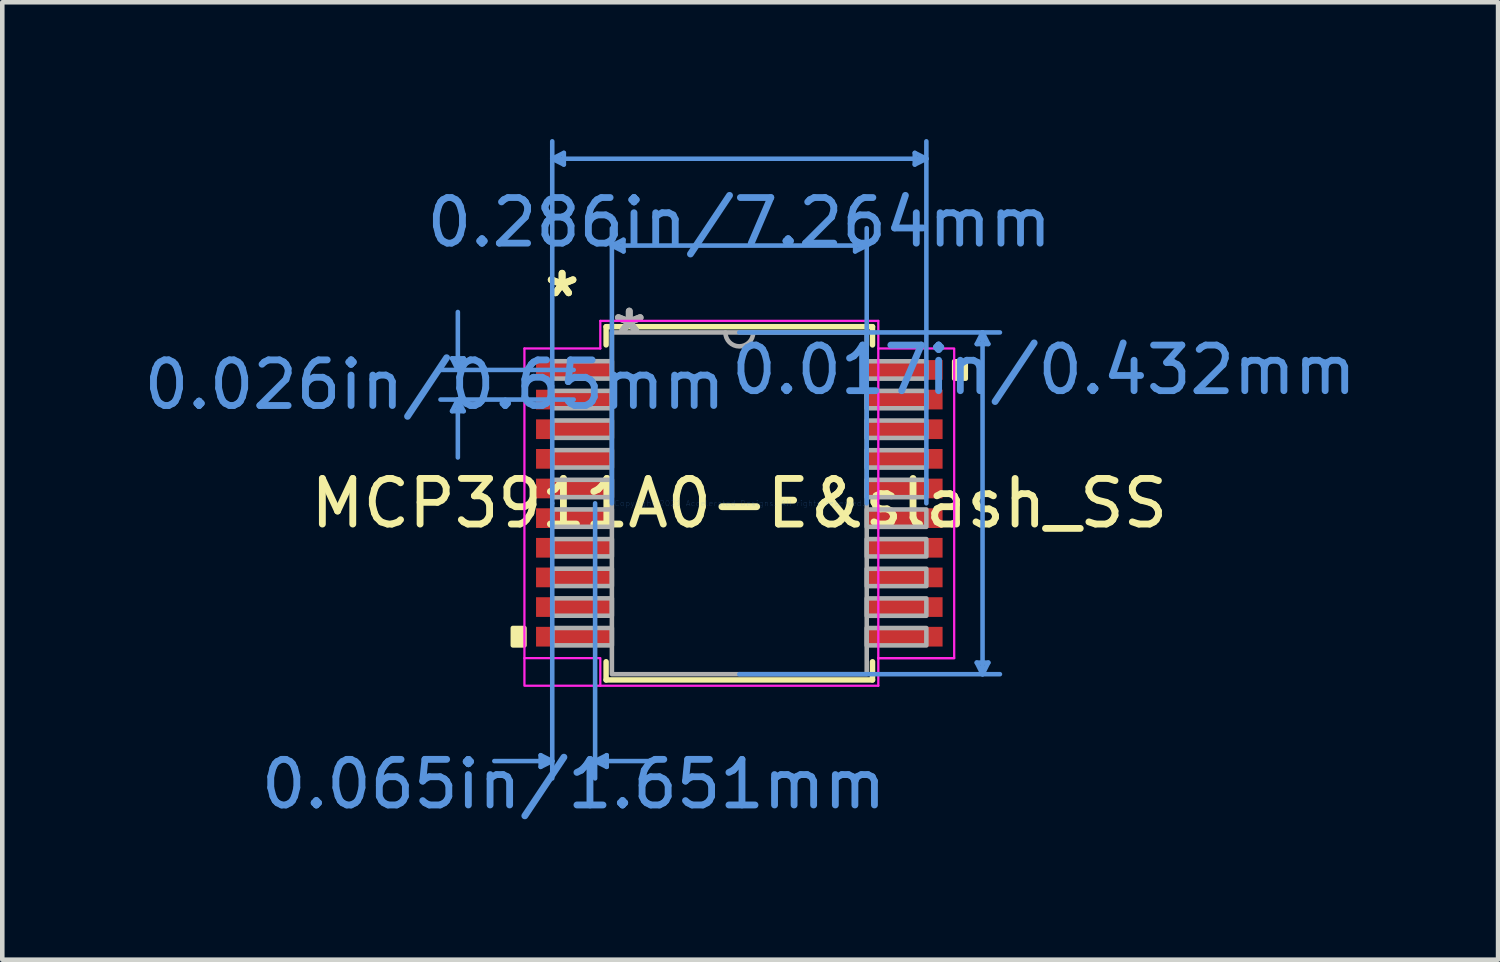
<source format=kicad_pcb>
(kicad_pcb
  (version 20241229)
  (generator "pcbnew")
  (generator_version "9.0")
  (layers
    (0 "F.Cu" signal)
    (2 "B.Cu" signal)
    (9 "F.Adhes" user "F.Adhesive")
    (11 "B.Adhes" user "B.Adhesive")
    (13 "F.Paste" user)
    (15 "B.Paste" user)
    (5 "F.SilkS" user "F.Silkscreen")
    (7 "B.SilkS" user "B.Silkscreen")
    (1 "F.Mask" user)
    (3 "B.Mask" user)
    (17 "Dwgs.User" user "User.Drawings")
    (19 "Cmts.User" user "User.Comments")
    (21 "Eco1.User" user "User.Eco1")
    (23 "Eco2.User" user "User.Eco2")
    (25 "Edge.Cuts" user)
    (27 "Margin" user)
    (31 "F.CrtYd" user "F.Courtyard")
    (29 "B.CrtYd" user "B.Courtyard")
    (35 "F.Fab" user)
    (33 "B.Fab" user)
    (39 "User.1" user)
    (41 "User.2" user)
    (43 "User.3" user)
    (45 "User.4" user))
  (footprint "MCP3911A0-E&slash_SS"
    (layer "F.Cu")
    (at 13.162 7.987)
    (property "Reference" "MCP3911A0-E&slash_SS" (at 0 0 0) (layer "F.SilkS") (effects (font (size 1 1) (thickness 0.15))))
    (attr through_hole)
    (fp_line (start -2.921 -3.873) (end -2.921 -3.474) (stroke (width 0.12) (type solid)) (layer "F.SilkS"))
    (fp_line (start -2.921 3.474) (end -2.921 3.873) (stroke (width 0.12) (type solid)) (layer "F.SilkS"))
    (fp_line (start -2.921 3.873) (end 2.921 3.873) (stroke (width 0.12) (type solid)) (layer "F.SilkS"))
    (fp_line (start 2.921 -3.873) (end -2.921 -3.873) (stroke (width 0.12) (type solid)) (layer "F.SilkS"))
    (fp_line (start 2.921 -3.474) (end 2.921 -3.873) (stroke (width 0.12) (type solid)) (layer "F.SilkS"))
    (fp_line (start 2.921 3.873) (end 2.921 3.474) (stroke (width 0.12) (type solid)) (layer "F.SilkS"))
    (fp_poly (pts (xy -4.966 2.734) (xy -4.966 3.115) (xy -4.712 3.115) (xy -4.712 2.734)) (stroke (width 0.1) (type solid)) (fill yes) (layer "F.SilkS"))
    (fp_poly (pts (xy 4.966 -3.115) (xy 4.966 -2.734) (xy 4.712 -2.734) (xy 4.712 -3.115)) (stroke (width 0.1) (type solid)) (fill yes) (layer "F.SilkS"))
    (fp_line (start -6.299 -3.179) (end -6.045 -3.179) (stroke (width 0.1) (type solid)) (layer "Cmts.User"))
    (fp_line (start -6.299 -2.021) (end -6.045 -2.021) (stroke (width 0.1) (type solid)) (layer "Cmts.User"))
    (fp_line (start -6.172 -2.925) (end -6.299 -3.179) (stroke (width 0.1) (type solid)) (layer "Cmts.User"))
    (fp_line (start -6.172 -2.925) (end -6.172 -4.195) (stroke (width 0.1) (type solid)) (layer "Cmts.User"))
    (fp_line (start -6.172 -2.925) (end -6.045 -3.179) (stroke (width 0.1) (type solid)) (layer "Cmts.User"))
    (fp_line (start -6.172 -2.275) (end -6.299 -2.021) (stroke (width 0.1) (type solid)) (layer "Cmts.User"))
    (fp_line (start -6.172 -2.275) (end -6.172 -1.005) (stroke (width 0.1) (type solid)) (layer "Cmts.User"))
    (fp_line (start -6.172 -2.275) (end -6.045 -2.021) (stroke (width 0.1) (type solid)) (layer "Cmts.User"))
    (fp_line (start -4.356 5.524) (end -4.356 5.779) (stroke (width 0.1) (type solid)) (layer "Cmts.User"))
    (fp_line (start -4.102 -7.556) (end -3.848 -7.684) (stroke (width 0.1) (type solid)) (layer "Cmts.User"))
    (fp_line (start -4.102 -7.556) (end -3.848 -7.429) (stroke (width 0.1) (type solid)) (layer "Cmts.User"))
    (fp_line (start -4.102 -7.556) (end 4.102 -7.556) (stroke (width 0.1) (type solid)) (layer "Cmts.User"))
    (fp_line (start -4.102 0) (end -4.102 -7.938) (stroke (width 0.1) (type solid)) (layer "Cmts.User"))
    (fp_line (start -4.102 0) (end -4.102 6.032) (stroke (width 0.1) (type solid)) (layer "Cmts.User"))
    (fp_line (start -4.102 5.652) (end -5.372 5.652) (stroke (width 0.1) (type solid)) (layer "Cmts.User"))
    (fp_line (start -4.102 5.652) (end -4.356 5.524) (stroke (width 0.1) (type solid)) (layer "Cmts.User"))
    (fp_line (start -4.102 5.652) (end -4.356 5.779) (stroke (width 0.1) (type solid)) (layer "Cmts.User"))
    (fp_line (start -3.848 -7.684) (end -3.848 -7.429) (stroke (width 0.1) (type solid)) (layer "Cmts.User"))
    (fp_line (start -3.632 -2.925) (end -6.553 -2.925) (stroke (width 0.1) (type solid)) (layer "Cmts.User"))
    (fp_line (start -3.632 -2.275) (end -6.553 -2.275) (stroke (width 0.1) (type solid)) (layer "Cmts.User"))
    (fp_line (start -3.162 0) (end -3.162 6.032) (stroke (width 0.1) (type solid)) (layer "Cmts.User"))
    (fp_line (start -3.162 5.652) (end -2.908 5.524) (stroke (width 0.1) (type solid)) (layer "Cmts.User"))
    (fp_line (start -3.162 5.652) (end -2.908 5.779) (stroke (width 0.1) (type solid)) (layer "Cmts.User"))
    (fp_line (start -3.162 5.652) (end -1.892 5.652) (stroke (width 0.1) (type solid)) (layer "Cmts.User"))
    (fp_line (start -2.908 5.524) (end -2.908 5.779) (stroke (width 0.1) (type solid)) (layer "Cmts.User"))
    (fp_line (start -2.794 -5.652) (end -2.54 -5.779) (stroke (width 0.1) (type solid)) (layer "Cmts.User"))
    (fp_line (start -2.794 -5.652) (end -2.54 -5.524) (stroke (width 0.1) (type solid)) (layer "Cmts.User"))
    (fp_line (start -2.794 -5.652) (end 2.794 -5.652) (stroke (width 0.1) (type solid)) (layer "Cmts.User"))
    (fp_line (start -2.794 0) (end -2.794 -6.032) (stroke (width 0.1) (type solid)) (layer "Cmts.User"))
    (fp_line (start -2.54 -5.779) (end -2.54 -5.524) (stroke (width 0.1) (type solid)) (layer "Cmts.User"))
    (fp_line (start 0 -3.747) (end 5.715 -3.747) (stroke (width 0.1) (type solid)) (layer "Cmts.User"))
    (fp_line (start 0 3.747) (end 5.715 3.747) (stroke (width 0.1) (type solid)) (layer "Cmts.User"))
    (fp_line (start 2.54 -5.779) (end 2.54 -5.524) (stroke (width 0.1) (type solid)) (layer "Cmts.User"))
    (fp_line (start 2.794 -5.652) (end 2.54 -5.779) (stroke (width 0.1) (type solid)) (layer "Cmts.User"))
    (fp_line (start 2.794 -5.652) (end 2.54 -5.524) (stroke (width 0.1) (type solid)) (layer "Cmts.User"))
    (fp_line (start 2.794 0) (end 2.794 -6.032) (stroke (width 0.1) (type solid)) (layer "Cmts.User"))
    (fp_line (start 3.848 -7.684) (end 3.848 -7.429) (stroke (width 0.1) (type solid)) (layer "Cmts.User"))
    (fp_line (start 4.102 -7.556) (end 3.848 -7.684) (stroke (width 0.1) (type solid)) (layer "Cmts.User"))
    (fp_line (start 4.102 -7.556) (end 3.848 -7.429) (stroke (width 0.1) (type solid)) (layer "Cmts.User"))
    (fp_line (start 4.102 0) (end 4.102 -7.938) (stroke (width 0.1) (type solid)) (layer "Cmts.User"))
    (fp_line (start 5.207 -3.493) (end 5.461 -3.493) (stroke (width 0.1) (type solid)) (layer "Cmts.User"))
    (fp_line (start 5.207 3.493) (end 5.461 3.493) (stroke (width 0.1) (type solid)) (layer "Cmts.User"))
    (fp_line (start 5.334 -3.747) (end 5.207 -3.493) (stroke (width 0.1) (type solid)) (layer "Cmts.User"))
    (fp_line (start 5.334 -3.747) (end 5.334 3.747) (stroke (width 0.1) (type solid)) (layer "Cmts.User"))
    (fp_line (start 5.334 -3.747) (end 5.461 -3.493) (stroke (width 0.1) (type solid)) (layer "Cmts.User"))
    (fp_line (start 5.334 3.747) (end 5.207 3.493) (stroke (width 0.1) (type solid)) (layer "Cmts.User"))
    (fp_line (start 5.334 3.747) (end 5.461 3.493) (stroke (width 0.1) (type solid)) (layer "Cmts.User"))
    (fp_line (start -4.712 -3.395) (end -3.048 -3.395) (stroke (width 0.05) (type solid)) (layer "F.CrtYd"))
    (fp_line (start -4.712 3.395) (end -4.712 -3.395) (stroke (width 0.05) (type solid)) (layer "F.CrtYd"))
    (fp_line (start -3.048 -4) (end 3.048 -4) (stroke (width 0.05) (type solid)) (layer "F.CrtYd"))
    (fp_line (start -3.048 -3.395) (end -3.048 -4) (stroke (width 0.05) (type solid)) (layer "F.CrtYd"))
    (fp_line (start 3.048 -4) (end 3.048 -3.395) (stroke (width 0.05) (type solid)) (layer "F.CrtYd"))
    (fp_line (start 3.048 3.395) (end 3.048 4) (stroke (width 0.05) (type solid)) (layer "F.CrtYd"))
    (fp_line (start 3.048 4) (end -3.048 4) (stroke (width 0.05) (type solid)) (layer "F.CrtYd"))
    (fp_line (start 4.712 3.395) (end 3.048 3.395) (stroke (width 0.05) (type solid)) (layer "F.CrtYd"))
    (fp_rect (start -4.712 3.395) (end -3.048 4) (stroke (width 0.05) (type solid)) (fill no) (layer "F.CrtYd"))
    (fp_rect (start 3.048 -3.395) (end 4.712 3.395) (stroke (width 0.05) (type solid)) (fill no) (layer "F.CrtYd"))
    (fp_rect (start -4.102 -3.116) (end -2.794 -2.735) (stroke (width 0.1) (type solid)) (fill no) (layer "F.Fab"))
    (fp_rect (start -4.102 -2.466) (end -2.794 -2.084) (stroke (width 0.1) (type solid)) (fill no) (layer "F.Fab"))
    (fp_rect (start -4.102 -1.816) (end -2.794 -1.435) (stroke (width 0.1) (type solid)) (fill no) (layer "F.Fab"))
    (fp_rect (start -4.102 -1.166) (end -2.794 -0.785) (stroke (width 0.1) (type solid)) (fill no) (layer "F.Fab"))
    (fp_rect (start -4.102 -0.516) (end -2.794 -0.135) (stroke (width 0.1) (type solid)) (fill no) (layer "F.Fab"))
    (fp_rect (start -4.102 0.134) (end -2.794 0.515) (stroke (width 0.1) (type solid)) (fill no) (layer "F.Fab"))
    (fp_rect (start -4.102 0.784) (end -2.794 1.165) (stroke (width 0.1) (type solid)) (fill no) (layer "F.Fab"))
    (fp_rect (start -4.102 1.434) (end -2.794 1.815) (stroke (width 0.1) (type solid)) (fill no) (layer "F.Fab"))
    (fp_rect (start -4.102 2.084) (end -2.794 2.465) (stroke (width 0.1) (type solid)) (fill no) (layer "F.Fab"))
    (fp_rect (start -4.102 2.734) (end -2.794 3.115) (stroke (width 0.1) (type solid)) (fill no) (layer "F.Fab"))
    (fp_rect (start -2.794 -3.747) (end 2.794 3.747) (stroke (width 0.1) (type solid)) (fill no) (layer "F.Fab"))
    (fp_rect (start 2.794 -3.115) (end 4.102 -2.734) (stroke (width 0.1) (type solid)) (fill no) (layer "F.Fab"))
    (fp_rect (start 2.794 -2.465) (end 4.102 -2.084) (stroke (width 0.1) (type solid)) (fill no) (layer "F.Fab"))
    (fp_rect (start 2.794 -1.815) (end 4.102 -1.434) (stroke (width 0.1) (type solid)) (fill no) (layer "F.Fab"))
    (fp_rect (start 2.794 -1.165) (end 4.102 -0.784) (stroke (width 0.1) (type solid)) (fill no) (layer "F.Fab"))
    (fp_rect (start 2.794 -0.515) (end 4.102 -0.134) (stroke (width 0.1) (type solid)) (fill no) (layer "F.Fab"))
    (fp_rect (start 2.794 0.135) (end 4.102 0.516) (stroke (width 0.1) (type solid)) (fill no) (layer "F.Fab"))
    (fp_rect (start 2.794 0.785) (end 4.102 1.166) (stroke (width 0.1) (type solid)) (fill no) (layer "F.Fab"))
    (fp_rect (start 2.794 1.435) (end 4.102 1.816) (stroke (width 0.1) (type solid)) (fill no) (layer "F.Fab"))
    (fp_rect (start 2.794 2.085) (end 4.102 2.466) (stroke (width 0.1) (type solid)) (fill no) (layer "F.Fab"))
    (fp_rect (start 2.794 2.735) (end 4.102 3.116) (stroke (width 0.1) (type solid)) (fill no) (layer "F.Fab"))
    (fp_arc (start 0.3048 -3.7465) (mid 0 -3.4417) (end -0.3048 -3.7465) (stroke (width 0.1) (type solid)) (layer "F.Fab"))
    (fp_text user "*" (at -3.886 -4.5 0) (layer "F.SilkS") (effects (font (size 1 1) (thickness 0.15))))
    (fp_text user "*" (at -3.886 -4.5 0) (layer "F.SilkS") (effects (font (size 1 1) (thickness 0.15))))
    (fp_text user "0.017in/0.432mm" (at 6.68 -2.925 0) (layer "Cmts.User") (effects (font (size 1 1) (thickness 0.15))))
    (fp_text user "0.286in/7.264mm" (at 0 -6.16 0) (layer "Cmts.User") (effects (font (size 1 1) (thickness 0.15))))
    (fp_text user "0.026in/0.65mm" (at -6.68 -2.6 0) (layer "Cmts.User") (effects (font (size 1 1) (thickness 0.15))))
    (fp_text user "0.065in/1.651mm" (at -3.632 6.16 0) (layer "Cmts.User") (effects (font (size 1 1) (thickness 0.15))))
    (fp_text user "Copyright 2021 Accelerated Designs. All rights reserved." (at 0 0 0) (layer "Cmts.User") (effects (font (size 0.127 0.127) (thickness 0.002))))
    (fp_text user "*" (at -2.413 -3.67 0) (layer "F.Fab") (effects (font (size 1 1) (thickness 0.15))))
    (fp_text user "*" (at -2.413 -3.67 0) (layer "F.Fab") (effects (font (size 1 1) (thickness 0.15))))
    (pad "1" smd rect (at -3.632 -2.925) (size 1.651 0.432) (layers "F.Cu" "F.Mask" "F.Paste"))
    (pad "2" smd rect (at -3.632 -2.275) (size 1.651 0.432) (layers "F.Cu" "F.Mask" "F.Paste"))
    (pad "3" smd rect (at -3.632 -1.625) (size 1.651 0.432) (layers "F.Cu" "F.Mask" "F.Paste"))
    (pad "4" smd rect (at -3.632 -0.975) (size 1.651 0.432) (layers "F.Cu" "F.Mask" "F.Paste"))
    (pad "5" smd rect (at -3.632 -0.325) (size 1.651 0.432) (layers "F.Cu" "F.Mask" "F.Paste"))
    (pad "6" smd rect (at -3.632 0.325) (size 1.651 0.432) (layers "F.Cu" "F.Mask" "F.Paste"))
    (pad "7" smd rect (at -3.632 0.975) (size 1.651 0.432) (layers "F.Cu" "F.Mask" "F.Paste"))
    (pad "8" smd rect (at -3.632 1.625) (size 1.651 0.432) (layers "F.Cu" "F.Mask" "F.Paste"))
    (pad "9" smd rect (at -3.632 2.275) (size 1.651 0.432) (layers "F.Cu" "F.Mask" "F.Paste"))
    (pad "10" smd rect (at -3.632 2.925) (size 1.651 0.432) (layers "F.Cu" "F.Mask" "F.Paste"))
    (pad "11" smd rect (at 3.632 2.925) (size 1.651 0.432) (layers "F.Cu" "F.Mask" "F.Paste"))
    (pad "12" smd rect (at 3.632 2.275) (size 1.651 0.432) (layers "F.Cu" "F.Mask" "F.Paste"))
    (pad "13" smd rect (at 3.632 1.625) (size 1.651 0.432) (layers "F.Cu" "F.Mask" "F.Paste"))
    (pad "14" smd rect (at 3.632 0.975) (size 1.651 0.432) (layers "F.Cu" "F.Mask" "F.Paste"))
    (pad "15" smd rect (at 3.632 0.325) (size 1.651 0.432) (layers "F.Cu" "F.Mask" "F.Paste"))
    (pad "16" smd rect (at 3.632 -0.325) (size 1.651 0.432) (layers "F.Cu" "F.Mask" "F.Paste"))
    (pad "17" smd rect (at 3.632 -0.975) (size 1.651 0.432) (layers "F.Cu" "F.Mask" "F.Paste"))
    (pad "18" smd rect (at 3.632 -1.625) (size 1.651 0.432) (layers "F.Cu" "F.Mask" "F.Paste"))
    (pad "19" smd rect (at 3.632 -2.275) (size 1.651 0.432) (layers "F.Cu" "F.Mask" "F.Paste"))
    (pad "20" smd rect (at 3.632 -2.925) (size 1.651 0.432) (layers "F.Cu" "F.Mask" "F.Paste")))
  (gr_rect
    (start -3 -3)
    (end 29.801 17.995)
    (stroke (width 0.1) (type default))
    (fill no)
    (layer "Edge.Cuts")))
</source>
